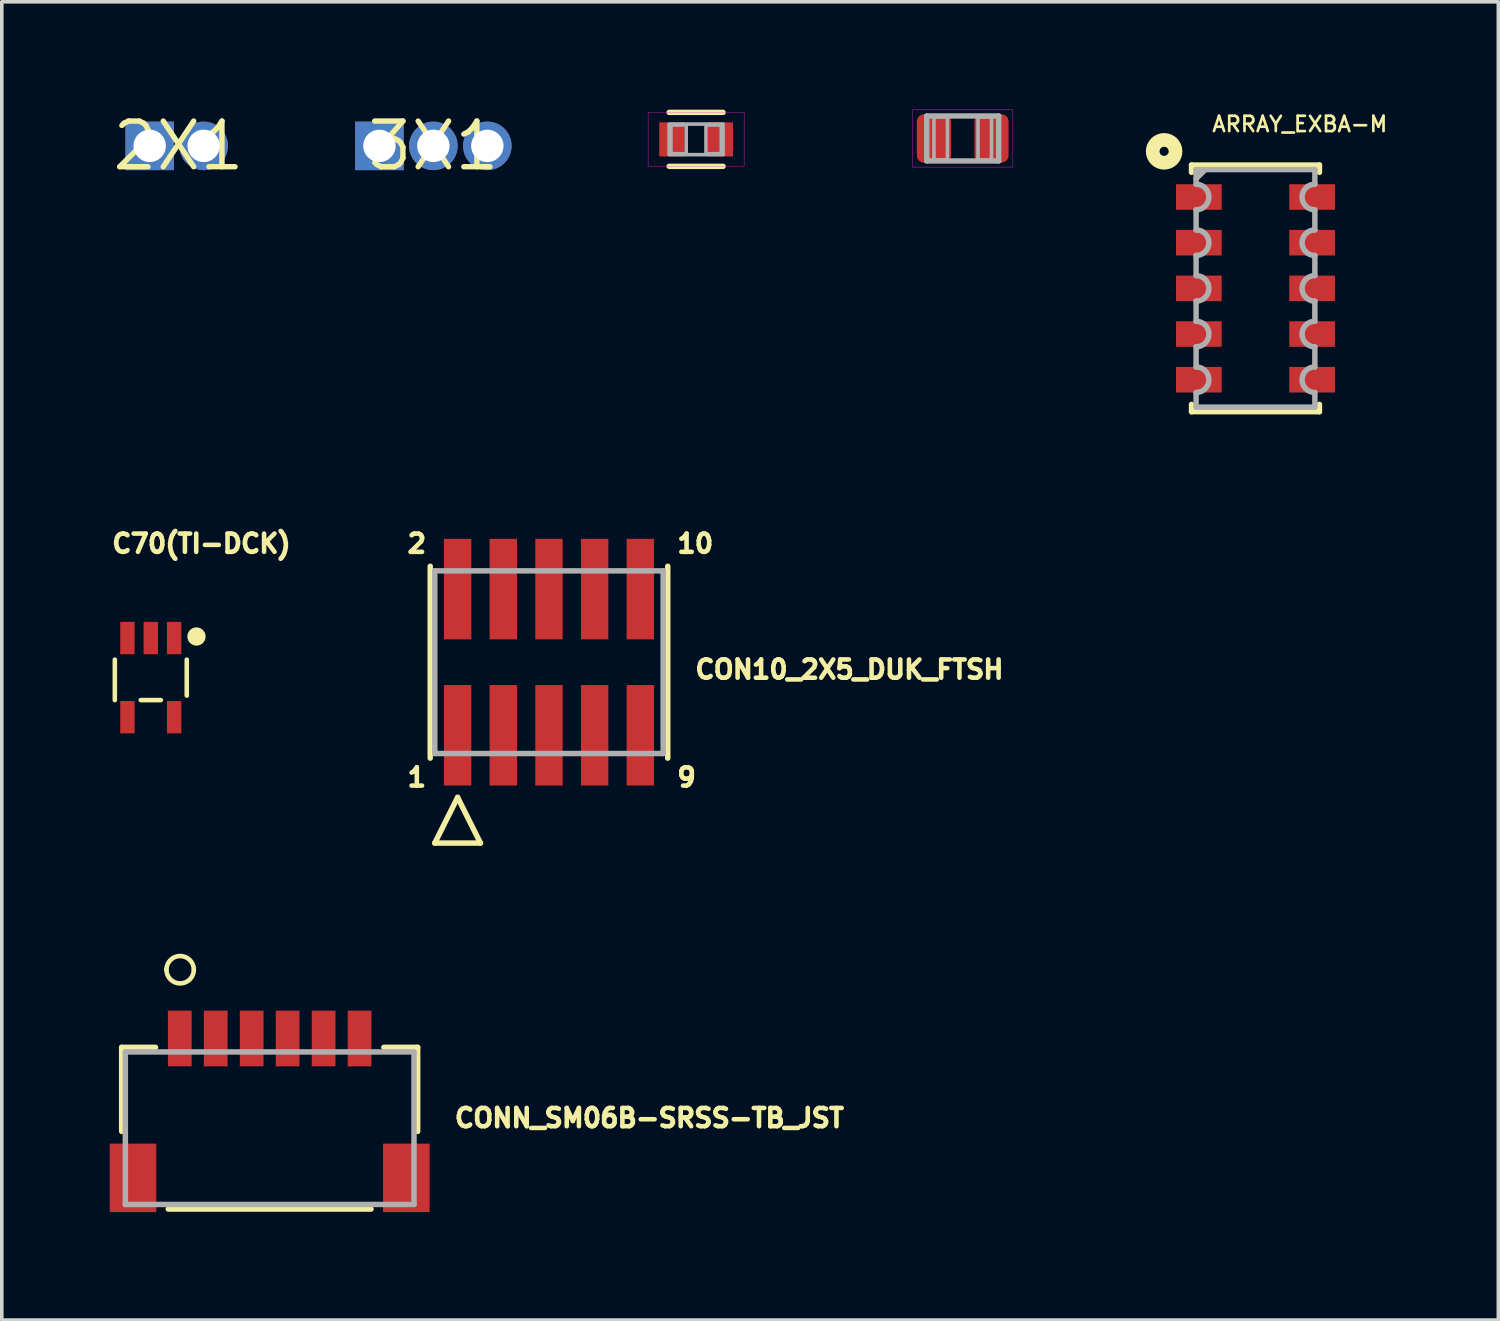
<source format=kicad_pcb>
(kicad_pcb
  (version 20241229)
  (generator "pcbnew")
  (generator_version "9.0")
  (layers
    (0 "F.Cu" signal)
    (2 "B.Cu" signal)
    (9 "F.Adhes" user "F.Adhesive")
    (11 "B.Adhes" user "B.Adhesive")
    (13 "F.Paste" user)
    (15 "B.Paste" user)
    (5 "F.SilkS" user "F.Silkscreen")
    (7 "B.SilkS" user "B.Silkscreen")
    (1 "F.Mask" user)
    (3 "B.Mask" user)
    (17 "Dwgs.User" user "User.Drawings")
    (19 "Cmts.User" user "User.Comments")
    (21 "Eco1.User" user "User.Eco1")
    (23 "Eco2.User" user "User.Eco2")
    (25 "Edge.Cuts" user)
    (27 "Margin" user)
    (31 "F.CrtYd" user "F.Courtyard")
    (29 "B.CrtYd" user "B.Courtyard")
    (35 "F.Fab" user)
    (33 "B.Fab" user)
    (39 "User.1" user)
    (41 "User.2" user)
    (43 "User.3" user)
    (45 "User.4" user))
  (footprint "C70(TI-DCK)"
    (layer "F.Cu")
    (at 1.143 15.791)
    (property "Reference" "C70(TI-DCK)" (at -1.143 -3.429 0) (layer "F.SilkS") (effects (font (size 0.508 0.508) (thickness 0.127)) (justify left bottom)))
    (fp_line (start -1 -0.5) (end -1 0.625) (stroke (width 0.127) (type solid)) (layer "F.SilkS"))
    (fp_line (start -0.28 0.625) (end 0.28 0.625) (stroke (width 0.127) (type solid)) (layer "F.SilkS"))
    (fp_line (start 1 -0.5) (end 1 0.5) (stroke (width 0.127) (type solid)) (layer "F.SilkS"))
    (fp_circle (center 1.27 -1.143) (end 1.397 -1.143) (stroke (width 0.254) (type solid)) (fill no) (layer "F.SilkS"))
    (pad "1" smd rect (at 0.65 -1.1) (size 0.4 0.9) (layers "F.Cu" "F.Mask" "F.Paste"))
    (pad "2" smd rect (at 0 -1.1) (size 0.4 0.9) (layers "F.Cu" "F.Mask" "F.Paste"))
    (pad "3" smd rect (at -0.65 -1.1) (size 0.4 0.9) (layers "F.Cu" "F.Mask" "F.Paste"))
    (pad "4" smd rect (at -0.65 1.1) (size 0.4 0.9) (layers "F.Cu" "F.Mask" "F.Paste"))
    (pad "5" smd rect (at 0.65 1.1) (size 0.4 0.9) (layers "F.Cu" "F.Mask" "F.Paste")))
  (footprint "0603-THERMISTOR-B"
    (layer "F.Cu")
    (at 16.305 0.825)
    (property "Reference" "0603-THERMISTOR-B" (at 0 0 0) (layer "F.Mask") (effects (font (size 0.255 0.255) (thickness 0.045))))
    (fp_line (start -0.762 0.41) (end -0.762 -0.41) (stroke (width 0.075) (type solid)) (layer "F.Mask"))
    (fp_line (start 0.762 -0.41) (end 0.762 0.41) (stroke (width 0.075) (type solid)) (layer "F.Mask"))
    (fp_poly (pts (xy -1.09 0.54) (xy -0.26 0.54) (xy -0.26 -0.54) (xy -1.09 -0.54)) (stroke (width 0) (type solid)) (fill yes) (layer "F.Mask"))
    (fp_poly (pts (xy 0.26 0.54) (xy 1.09 0.54) (xy 1.09 -0.54) (xy 0.26 -0.54)) (stroke (width 0) (type solid)) (fill yes) (layer "F.Mask"))
    (fp_line (start -0.75 0.75) (end 0.75 0.75) (stroke (width 0.15) (type solid)) (layer "F.SilkS"))
    (fp_line (start 0.75 -0.75) (end -0.75 -0.75) (stroke (width 0.15) (type solid)) (layer "F.SilkS"))
    (fp_line (start -1.335 -0.745) (end -1.335 0.745) (stroke (width 0.01) (type solid)) (layer "F.CrtYd"))
    (fp_line (start -1.335 0.745) (end 1.335 0.745) (stroke (width 0.01) (type solid)) (layer "F.CrtYd"))
    (fp_line (start 1.335 -0.745) (end -1.335 -0.745) (stroke (width 0.01) (type solid)) (layer "F.CrtYd"))
    (fp_line (start 1.335 0.745) (end 1.335 -0.745) (stroke (width 0.01) (type solid)) (layer "F.CrtYd"))
    (fp_line (start -0.762 0.41) (end -0.762 -0.41) (stroke (width 0.075) (type solid)) (layer "F.Fab"))
    (fp_line (start -0.75 -0.425) (end 0.75 -0.425) (stroke (width 0.1) (type solid)) (layer "F.Fab"))
    (fp_line (start 0.75 0.425) (end -0.75 0.425) (stroke (width 0.1) (type solid)) (layer "F.Fab"))
    (fp_line (start 0.762 -0.41) (end 0.762 0.41) (stroke (width 0.075) (type solid)) (layer "F.Fab"))
    (fp_poly (pts (xy -0.7 0.4) (xy -0.275 0.4) (xy -0.275 -0.4) (xy -0.7 -0.4)) (stroke (width 0.1) (type solid)) (fill no) (layer "F.Fab"))
    (fp_poly (pts (xy 0.275 0.4) (xy 0.7 0.4) (xy 0.7 -0.4) (xy 0.275 -0.4)) (stroke (width 0.1) (type solid)) (fill no) (layer "F.Fab"))
    (pad "1" smd rect (at -0.675 0) (size 0.7 0.95) (layers "F.Cu" "F.Paste"))
    (pad "2" smd rect (at 0.675 0) (size 0.7 0.95) (layers "F.Cu" "F.Paste")))
  (footprint "ARRAY_EXBA-M"
    (layer "F.Cu")
    (at 31.858 4.968)
    (property "Reference" "ARRAY_EXBA-M" (at -1.245 -4.318 0) (layer "F.SilkS") (effects (font (size 0.425 0.425) (thickness 0.075)) (justify left bottom)))
    (fp_line (start -1.778 -3.429) (end 1.778 -3.429) (stroke (width 0.152) (type solid)) (layer "F.SilkS"))
    (fp_line (start -1.778 -3.226) (end -1.778 -3.429) (stroke (width 0.152) (type solid)) (layer "F.SilkS"))
    (fp_line (start -1.778 3.226) (end -1.778 3.429) (stroke (width 0.152) (type solid)) (layer "F.SilkS"))
    (fp_line (start -1.778 3.429) (end 1.778 3.429) (stroke (width 0.152) (type solid)) (layer "F.SilkS"))
    (fp_line (start 1.778 -3.226) (end 1.778 -3.429) (stroke (width 0.152) (type solid)) (layer "F.SilkS"))
    (fp_line (start 1.778 3.226) (end 1.778 3.429) (stroke (width 0.152) (type solid)) (layer "F.SilkS"))
    (fp_circle (center -2.54 -3.81) (end -2.413 -3.81) (stroke (width 0.381) (type solid)) (fill no) (layer "F.SilkS"))
    (fp_line (start -1.651 -3.302) (end 1.651 -3.302) (stroke (width 0.152) (type solid)) (layer "F.Fab"))
    (fp_line (start -1.651 -2.896) (end -1.651 -3.302) (stroke (width 0.152) (type solid)) (layer "F.Fab"))
    (fp_line (start -1.651 -2.184) (end -1.651 -1.626) (stroke (width 0.152) (type solid)) (layer "F.Fab"))
    (fp_line (start -1.651 -0.914) (end -1.651 -0.356) (stroke (width 0.152) (type solid)) (layer "F.Fab"))
    (fp_line (start -1.651 0.356) (end -1.651 0.914) (stroke (width 0.152) (type solid)) (layer "F.Fab"))
    (fp_line (start -1.651 1.626) (end -1.651 2.184) (stroke (width 0.152) (type solid)) (layer "F.Fab"))
    (fp_line (start -1.651 2.896) (end -1.651 3.302) (stroke (width 0.152) (type solid)) (layer "F.Fab"))
    (fp_line (start -1.651 3.302) (end 1.651 3.302) (stroke (width 0.152) (type solid)) (layer "F.Fab"))
    (fp_line (start -1.397 -3.302) (end -1.651 -3.048) (stroke (width 0.152) (type solid)) (layer "F.Fab"))
    (fp_line (start 1.651 -2.896) (end 1.651 -3.302) (stroke (width 0.152) (type solid)) (layer "F.Fab"))
    (fp_line (start 1.651 -2.184) (end 1.651 -1.626) (stroke (width 0.152) (type solid)) (layer "F.Fab"))
    (fp_line (start 1.651 -0.914) (end 1.651 -0.356) (stroke (width 0.152) (type solid)) (layer "F.Fab"))
    (fp_line (start 1.651 0.356) (end 1.651 0.914) (stroke (width 0.152) (type solid)) (layer "F.Fab"))
    (fp_line (start 1.651 1.626) (end 1.651 2.184) (stroke (width 0.152) (type solid)) (layer "F.Fab"))
    (fp_line (start 1.651 2.896) (end 1.651 3.302) (stroke (width 0.152) (type solid)) (layer "F.Fab"))
    (fp_arc (start -1.651 -2.8956) (mid -1.2954 -2.54) (end -1.651 -2.1844) (stroke (width 0.1524) (type solid)) (layer "F.Fab"))
    (fp_arc (start -1.651 -1.6256) (mid -1.2954 -1.27) (end -1.651 -0.9144) (stroke (width 0.1524) (type solid)) (layer "F.Fab"))
    (fp_arc (start -1.651 -0.3556) (mid -1.2954 0) (end -1.651 0.3556) (stroke (width 0.1524) (type solid)) (layer "F.Fab"))
    (fp_arc (start -1.651 0.9144) (mid -1.2954 1.27) (end -1.651 1.6256) (stroke (width 0.1524) (type solid)) (layer "F.Fab"))
    (fp_arc (start -1.651 2.1844) (mid -1.2954 2.54) (end -1.651 2.8956) (stroke (width 0.1524) (type solid)) (layer "F.Fab"))
    (fp_arc (start 1.651 -2.1844) (mid 1.2954 -2.54) (end 1.651 -2.8956) (stroke (width 0.1524) (type solid)) (layer "F.Fab"))
    (fp_arc (start 1.651 -0.9144) (mid 1.2954 -1.27) (end 1.651 -1.6256) (stroke (width 0.1524) (type solid)) (layer "F.Fab"))
    (fp_arc (start 1.651 0.3556) (mid 1.2954 0) (end 1.651 -0.3556) (stroke (width 0.1524) (type solid)) (layer "F.Fab"))
    (fp_arc (start 1.651 1.6256) (mid 1.2954 1.27) (end 1.651 0.9144) (stroke (width 0.1524) (type solid)) (layer "F.Fab"))
    (fp_arc (start 1.651 2.8956) (mid 1.2954 2.54) (end 1.651 2.1844) (stroke (width 0.1524) (type solid)) (layer "F.Fab"))
    (pad "1" smd rect (at -1.575 -2.54) (size 1.27 0.711) (layers "F.Cu" "F.Mask" "F.Paste"))
    (pad "2" smd rect (at -1.575 -1.27) (size 1.27 0.711) (layers "F.Cu" "F.Mask" "F.Paste"))
    (pad "3" smd rect (at -1.575 0) (size 1.27 0.711) (layers "F.Cu" "F.Mask" "F.Paste"))
    (pad "4" smd rect (at -1.575 1.27) (size 1.27 0.711) (layers "F.Cu" "F.Mask" "F.Paste"))
    (pad "5" smd rect (at -1.575 2.54) (size 1.27 0.711) (layers "F.Cu" "F.Mask" "F.Paste"))
    (pad "6" smd rect (at 1.575 2.54 180) (size 1.27 0.711) (layers "F.Cu" "F.Mask" "F.Paste"))
    (pad "7" smd rect (at 1.575 1.27 180) (size 1.27 0.711) (layers "F.Cu" "F.Mask" "F.Paste"))
    (pad "8" smd rect (at 1.575 0 180) (size 1.27 0.711) (layers "F.Cu" "F.Mask" "F.Paste"))
    (pad "9" smd rect (at 1.575 -1.27 180) (size 1.27 0.711) (layers "F.Cu" "F.Mask" "F.Paste"))
    (pad "10" smd rect (at 1.575 -2.54 180) (size 1.27 0.711) (layers "F.Cu" "F.Mask" "F.Paste")))
  (footprint "2X1"
    (layer "F.Cu")
    (at 1.912 1.006)
    (property "Reference" "2X1" (at 0 0 0) (layer "F.SilkS") (effects (font (size 1.27 1.27) (thickness 0.15))))
    (pad "1" thru_hole rect (at -0.8 0) (size 1.35 1.35) (drill 0.9) (layers "*.Cu" "*.Mask"))
    (pad "2" thru_hole circle (at 0.7 0) (size 1.35 1.35) (drill 0.9) (layers "*.Cu" "*.Mask")))
  (footprint "CON10_2X5_DUK_FTSH"
    (layer "F.Cu")
    (at 12.214 15.362)
    (property "Reference" "CON10_2X5_DUK_FTSH" (at 4 0.5 0) (layer "F.SilkS") (effects (font (size 0.508 0.508) (thickness 0.127)) (justify left bottom)))
    (fp_line (start -3.302 -2.667) (end -3.302 2.667) (stroke (width 0.152) (type solid)) (layer "F.SilkS"))
    (fp_line (start -3.175 5.029) (end -1.905 5.029) (stroke (width 0.152) (type solid)) (layer "F.SilkS"))
    (fp_line (start -2.54 3.759) (end -3.175 5.029) (stroke (width 0.152) (type solid)) (layer "F.SilkS"))
    (fp_line (start -1.905 5.029) (end -2.54 3.759) (stroke (width 0.152) (type solid)) (layer "F.SilkS"))
    (fp_line (start 3.302 2.667) (end 3.302 -2.667) (stroke (width 0.152) (type solid)) (layer "F.SilkS"))
    (fp_line (start -3.175 -2.54) (end -3.175 2.54) (stroke (width 0.152) (type solid)) (layer "F.Fab"))
    (fp_line (start -3.175 2.54) (end 3.175 2.54) (stroke (width 0.152) (type solid)) (layer "F.Fab"))
    (fp_line (start 3.175 -2.54) (end -3.175 -2.54) (stroke (width 0.152) (type solid)) (layer "F.Fab"))
    (fp_line (start 3.175 2.54) (end 3.175 -2.54) (stroke (width 0.152) (type solid)) (layer "F.Fab"))
    (fp_text user "2" (at -4 -3 0) (layer "F.SilkS") (effects (font (size 0.508 0.508) (thickness 0.127)) (justify left bottom)))
    (fp_text user "1" (at -4 3.5 0) (layer "F.SilkS") (effects (font (size 0.508 0.508) (thickness 0.127)) (justify left bottom)))
    (fp_text user "10" (at 3.5 -3 0) (layer "F.SilkS") (effects (font (size 0.508 0.508) (thickness 0.127)) (justify left bottom)))
    (fp_text user "9" (at 3.5 3.5 0) (layer "F.SilkS") (effects (font (size 0.508 0.508) (thickness 0.127)) (justify left bottom)))
    (pad "1" smd rect (at -2.54 2.032) (size 0.762 2.794) (layers "F.Cu" "F.Mask" "F.Paste"))
    (pad "2" smd rect (at -2.54 -2.032) (size 0.762 2.794) (layers "F.Cu" "F.Mask" "F.Paste"))
    (pad "3" smd rect (at -1.27 2.032) (size 0.762 2.794) (layers "F.Cu" "F.Mask" "F.Paste"))
    (pad "4" smd rect (at -1.27 -2.032) (size 0.762 2.794) (layers "F.Cu" "F.Mask" "F.Paste"))
    (pad "5" smd rect (at 0 2.032) (size 0.762 2.794) (layers "F.Cu" "F.Mask" "F.Paste"))
    (pad "6" smd rect (at 0 -2.032) (size 0.762 2.794) (layers "F.Cu" "F.Mask" "F.Paste"))
    (pad "7" smd rect (at 1.27 2.032) (size 0.762 2.794) (layers "F.Cu" "F.Mask" "F.Paste"))
    (pad "8" smd rect (at 1.27 -2.032) (size 0.762 2.794) (layers "F.Cu" "F.Mask" "F.Paste"))
    (pad "9" smd rect (at 2.54 2.032) (size 0.762 2.794) (layers "F.Cu" "F.Mask" "F.Paste"))
    (pad "10" smd rect (at 2.54 -2.032) (size 0.762 2.794) (layers "F.Cu" "F.Mask" "F.Paste")))
  (footprint "3X1"
    (layer "F.Cu")
    (at 9 1.006)
    (property "Reference" "3X1" (at 0 0 0) (layer "F.SilkS") (effects (font (size 1.27 1.27) (thickness 0.15))))
    (pad "P$1" thru_hole rect (at -1.5 0) (size 1.35 1.35) (drill 0.9) (layers "*.Cu" "*.Mask"))
    (pad "P$2" thru_hole circle (at 0 0) (size 1.35 1.35) (drill 0.9) (layers "*.Cu" "*.Mask"))
    (pad "P$3" thru_hole circle (at 1.5 0) (size 1.35 1.35) (drill 0.9) (layers "*.Cu" "*.Mask")))
  (footprint ".0805-C-NOSILK"
    (layer "F.Cu")
    (at 23.718 0.8)
    (property "Reference" ".0805-C-NOSILK" (at 0 0 0) (layer "F.Mask") (effects (font (size 0.34 0.34) (thickness 0.06))))
    (fp_line (start -1 -0.625) (end 1 -0.625) (stroke (width 0.15) (type solid)) (layer "F.Mask"))
    (fp_line (start -1 0.625) (end -1 -0.625) (stroke (width 0.15) (type solid)) (layer "F.Mask"))
    (fp_line (start 1 -0.625) (end 1 0.625) (stroke (width 0.15) (type solid)) (layer "F.Mask"))
    (fp_line (start 1 0.625) (end -1 0.625) (stroke (width 0.15) (type solid)) (layer "F.Mask"))
    (fp_poly (pts (xy -0.26 0.74) (xy -1.34 0.74) (xy -1.34 -0.74) (xy -0.26 -0.74)) (stroke (width 0) (type solid)) (fill yes) (layer "F.Mask"))
    (fp_poly (pts (xy 1.34 0.74) (xy 0.26 0.74) (xy 0.26 -0.74) (xy 1.34 -0.74)) (stroke (width 0) (type solid)) (fill yes) (layer "F.Mask"))
    (fp_line (start -1.395 -0.795) (end -1.395 0.795) (stroke (width 0.01) (type solid)) (layer "F.CrtYd"))
    (fp_line (start -1.395 0.795) (end 1.395 0.795) (stroke (width 0.01) (type solid)) (layer "F.CrtYd"))
    (fp_line (start 1.395 -0.795) (end -1.395 -0.795) (stroke (width 0.01) (type solid)) (layer "F.CrtYd"))
    (fp_line (start 1.395 0.795) (end 1.395 -0.795) (stroke (width 0.01) (type solid)) (layer "F.CrtYd"))
    (fp_line (start -1 -0.625) (end 1 -0.625) (stroke (width 0.15) (type solid)) (layer "F.Fab"))
    (fp_line (start -1 0.625) (end -1 -0.625) (stroke (width 0.15) (type solid)) (layer "F.Fab"))
    (fp_line (start 1 -0.625) (end 1 0.625) (stroke (width 0.15) (type solid)) (layer "F.Fab"))
    (fp_line (start 1 0.625) (end -1 0.625) (stroke (width 0.15) (type solid)) (layer "F.Fab"))
    (fp_poly (pts (xy -0.8 0.6) (xy -0.425 0.6) (xy -0.425 -0.6) (xy -0.8 -0.6)) (stroke (width 0.1) (type solid)) (fill no) (layer "F.Fab"))
    (fp_poly (pts (xy 0.425 0.6) (xy 0.8 0.6) (xy 0.8 -0.6) (xy 0.425 -0.6)) (stroke (width 0.1) (type solid)) (fill no) (layer "F.Fab"))
    (pad "1" smd roundrect (at -0.8 0) (size 0.95 1.35) (layers "F.Cu" "F.Paste") (roundrect_rratio 0.21))
    (pad "2" smd roundrect (at 0.8 0) (size 0.95 1.35) (layers "F.Cu" "F.Paste") (roundrect_rratio 0.21)))
  (footprint "CONN_SM06B-SRSS-TB_JST"
    (layer "F.Cu")
    (at 4.448 28.332)
    (property "Reference" "CONN_SM06B-SRSS-TB_JST" (at 5.08 0 0) (layer "F.SilkS") (effects (font (size 0.508 0.508) (thickness 0.127)) (justify left bottom)))
    (fp_line (start -4.115 -2.261) (end -4.115 0.076) (stroke (width 0.152) (type solid)) (layer "F.SilkS"))
    (fp_line (start -3.175 -2.261) (end -4.115 -2.261) (stroke (width 0.152) (type solid)) (layer "F.SilkS"))
    (fp_line (start -2.819 2.235) (end 2.819 2.235) (stroke (width 0.152) (type solid)) (layer "F.SilkS"))
    (fp_line (start 4.115 -2.261) (end 3.175 -2.261) (stroke (width 0.152) (type solid)) (layer "F.SilkS"))
    (fp_line (start 4.115 0.076) (end 4.115 -2.261) (stroke (width 0.152) (type solid)) (layer "F.SilkS"))
    (fp_arc (start -2.8702 -4.4196) (mid -2.4892 -4.8006) (end -2.1082 -4.4196) (stroke (width 0.127) (type solid)) (layer "F.SilkS"))
    (fp_arc (start -2.1082 -4.4196) (mid -2.4892 -4.0386) (end -2.8702 -4.4196) (stroke (width 0.127) (type solid)) (layer "F.SilkS"))
    (fp_line (start -4.013 -2.134) (end -4.013 2.108) (stroke (width 0.152) (type solid)) (layer "F.Fab"))
    (fp_line (start -4.013 2.108) (end 4.013 2.108) (stroke (width 0.152) (type solid)) (layer "F.Fab"))
    (fp_line (start 4.013 -2.134) (end -4.013 -2.134) (stroke (width 0.152) (type solid)) (layer "F.Fab"))
    (fp_line (start 4.013 2.108) (end 4.013 -2.134) (stroke (width 0.152) (type solid)) (layer "F.Fab"))
    (pad "1" smd rect (at -2.5 -2.507) (size 0.66 1.549) (layers "F.Cu" "F.Mask" "F.Paste"))
    (pad "2" smd rect (at -1.5 -2.507) (size 0.66 1.549) (layers "F.Cu" "F.Mask" "F.Paste"))
    (pad "3" smd rect (at -0.5 -2.507) (size 0.66 1.549) (layers "F.Cu" "F.Mask" "F.Paste"))
    (pad "4" smd rect (at 0.5 -2.507) (size 0.66 1.549) (layers "F.Cu" "F.Mask" "F.Paste"))
    (pad "5" smd rect (at 1.5 -2.507) (size 0.66 1.549) (layers "F.Cu" "F.Mask" "F.Paste"))
    (pad "6" smd rect (at 2.5 -2.507) (size 0.66 1.549) (layers "F.Cu" "F.Mask" "F.Paste"))
    (pad "7" smd rect (at -3.8 1.368 90) (size 1.905 1.295) (layers "F.Cu" "F.Mask" "F.Paste"))
    (pad "8" smd rect (at 3.8 1.368 90) (size 1.905 1.295) (layers "F.Cu" "F.Mask" "F.Paste")))
  (gr_rect
    (start -3 -3)
    (end 38.61 33.653)
    (stroke (width 0.1) (type default))
    (fill no)
    (layer "Edge.Cuts")))
</source>
